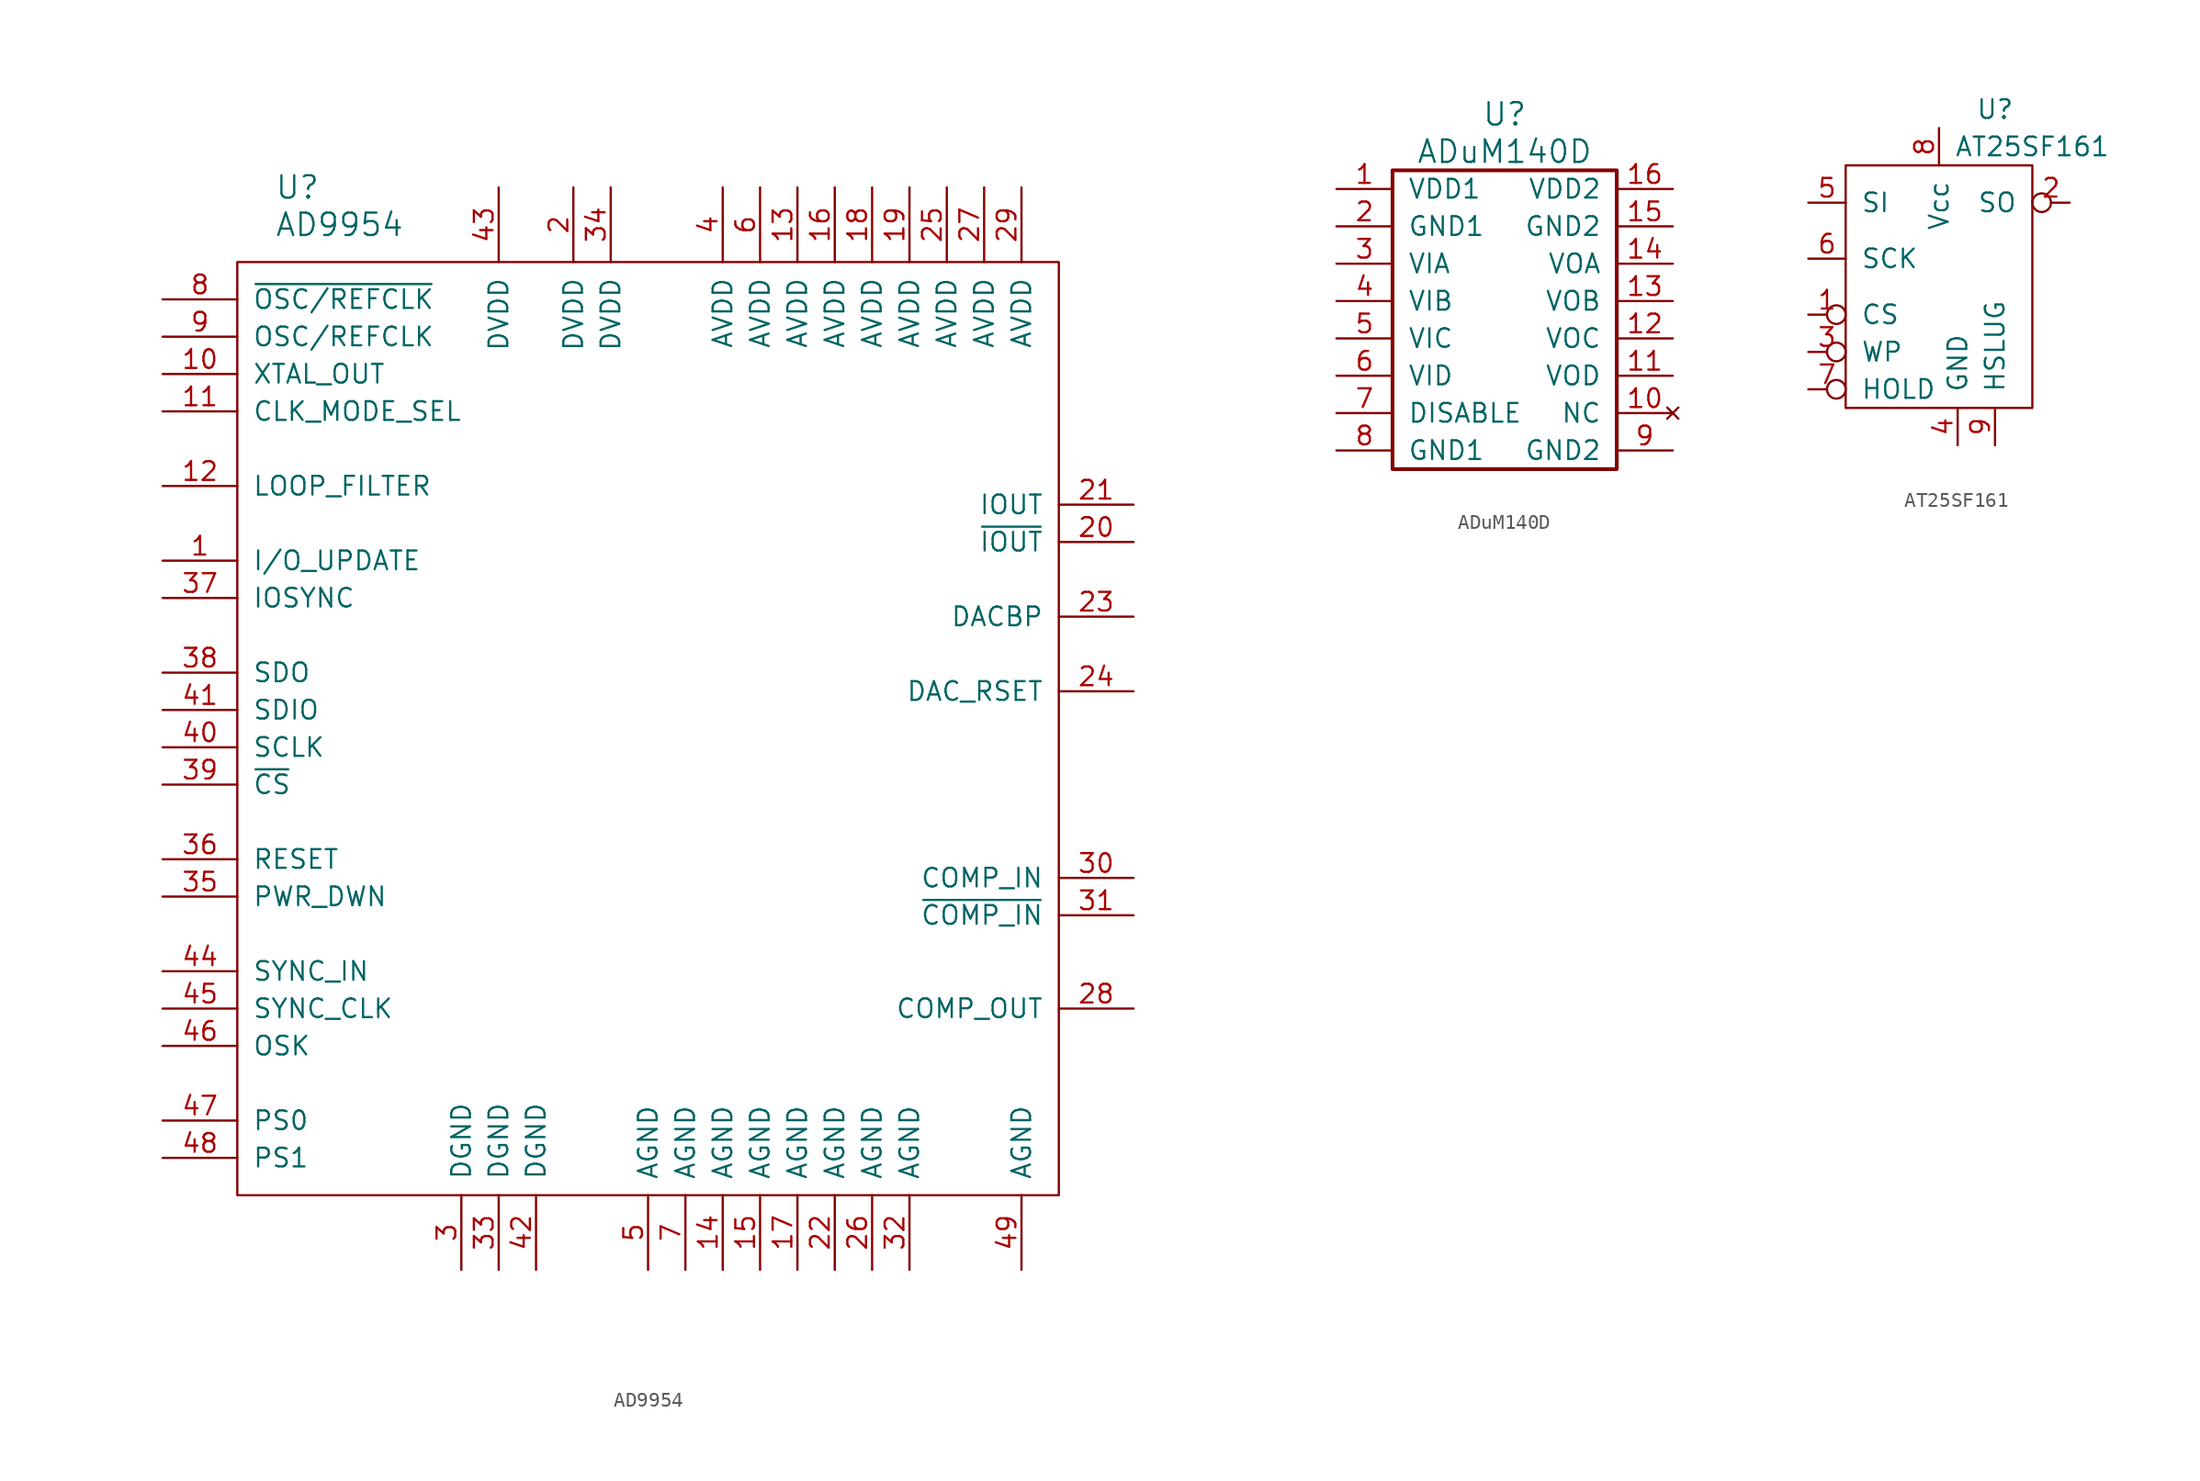
<source format=kicad_sym>
(kicad_symbol_lib
  (version 20211014)
  (generator kicad_symbol_editor)
  (symbol "AD9954"
    (pin_names
      (offset 1.016))
    (property "Reference" "U"
      (at -25.4 38.1 0)
      (effects (font (size 1.524 1.524)) (justify left)))
    (property "Value" "AD9954"
      (at -25.4 35.56 0)
      (effects (font (size 1.524 1.524)) (justify left)))
    (property "Footprint" ""
      (at 0 12.7 0)
      (effects (font (size 1.524 1.524))))
    (property "Datasheet" ""
      (at 0 12.7 0)
      (effects (font (size 1.524 1.524))))
    (symbol "AD9954_0_1"
      (rectangle (start -27.94 33.02) (end 27.94 -30.48) (stroke (width 0) (type default) (color 0 0 0 0)) (fill (type none))))
    (symbol "AD9954_1_1"
      (pin input line (at -33.02 12.7 0) (length 5.08) (name "I/O_UPDATE" (effects (font (size 1.27 1.27)))) (number "1" (effects (font (size 1.27 1.27)))))
      (pin output line (at -33.02 25.4 0) (length 5.08) (name "XTAL_OUT" (effects (font (size 1.27 1.27)))) (number "10" (effects (font (size 1.27 1.27)))))
      (pin input line (at -33.02 22.86 0) (length 5.08) (name "CLK_MODE_SEL" (effects (font (size 1.27 1.27)))) (number "11" (effects (font (size 1.27 1.27)))))
      (pin passive line (at -33.02 17.78 0) (length 5.08) (name "LOOP_FILTER" (effects (font (size 1.27 1.27)))) (number "12" (effects (font (size 1.27 1.27)))))
      (pin power_in line (at 10.16 38.1 270) (length 5.08) (name "AVDD" (effects (font (size 1.27 1.27)))) (number "13" (effects (font (size 1.27 1.27)))))
      (pin power_in line (at 5.08 -35.56 90) (length 5.08) (name "AGND" (effects (font (size 1.27 1.27)))) (number "14" (effects (font (size 1.27 1.27)))))
      (pin power_in line (at 7.62 -35.56 90) (length 5.08) (name "AGND" (effects (font (size 1.27 1.27)))) (number "15" (effects (font (size 1.27 1.27)))))
      (pin power_in line (at 12.7 38.1 270) (length 5.08) (name "AVDD" (effects (font (size 1.27 1.27)))) (number "16" (effects (font (size 1.27 1.27)))))
      (pin power_in line (at 10.16 -35.56 90) (length 5.08) (name "AGND" (effects (font (size 1.27 1.27)))) (number "17" (effects (font (size 1.27 1.27)))))
      (pin power_in line (at 15.24 38.1 270) (length 5.08) (name "AVDD" (effects (font (size 1.27 1.27)))) (number "18" (effects (font (size 1.27 1.27)))))
      (pin power_in line (at 17.78 38.1 270) (length 5.08) (name "AVDD" (effects (font (size 1.27 1.27)))) (number "19" (effects (font (size 1.27 1.27)))))
      (pin power_in line (at -5.08 38.1 270) (length 5.08) (name "DVDD" (effects (font (size 1.27 1.27)))) (number "2" (effects (font (size 1.27 1.27)))))
      (pin output line (at 33.02 13.97 180) (length 5.08) (name "~{IOUT}" (effects (font (size 1.27 1.27)))) (number "20" (effects (font (size 1.27 1.27)))))
      (pin output line (at 33.02 16.51 180) (length 5.08) (name "IOUT" (effects (font (size 1.27 1.27)))) (number "21" (effects (font (size 1.27 1.27)))))
      (pin power_in line (at 12.7 -35.56 90) (length 5.08) (name "AGND" (effects (font (size 1.27 1.27)))) (number "22" (effects (font (size 1.27 1.27)))))
      (pin output line (at 33.02 8.89 180) (length 5.08) (name "DACBP" (effects (font (size 1.27 1.27)))) (number "23" (effects (font (size 1.27 1.27)))))
      (pin output line (at 33.02 3.81 180) (length 5.08) (name "DAC_RSET" (effects (font (size 1.27 1.27)))) (number "24" (effects (font (size 1.27 1.27)))))
      (pin power_in line (at 20.32 38.1 270) (length 5.08) (name "AVDD" (effects (font (size 1.27 1.27)))) (number "25" (effects (font (size 1.27 1.27)))))
      (pin power_in line (at 15.24 -35.56 90) (length 5.08) (name "AGND" (effects (font (size 1.27 1.27)))) (number "26" (effects (font (size 1.27 1.27)))))
      (pin power_in line (at 22.86 38.1 270) (length 5.08) (name "AVDD" (effects (font (size 1.27 1.27)))) (number "27" (effects (font (size 1.27 1.27)))))
      (pin output line (at 33.02 -17.78 180) (length 5.08) (name "COMP_OUT" (effects (font (size 1.27 1.27)))) (number "28" (effects (font (size 1.27 1.27)))))
      (pin power_in line (at 25.4 38.1 270) (length 5.08) (name "AVDD" (effects (font (size 1.27 1.27)))) (number "29" (effects (font (size 1.27 1.27)))))
      (pin power_in line (at -12.7 -35.56 90) (length 5.08) (name "DGND" (effects (font (size 1.27 1.27)))) (number "3" (effects (font (size 1.27 1.27)))))
      (pin input line (at 33.02 -8.89 180) (length 5.08) (name "COMP_IN" (effects (font (size 1.27 1.27)))) (number "30" (effects (font (size 1.27 1.27)))))
      (pin input line (at 33.02 -11.43 180) (length 5.08) (name "~{COMP_IN}" (effects (font (size 1.27 1.27)))) (number "31" (effects (font (size 1.27 1.27)))))
      (pin power_in line (at 17.78 -35.56 90) (length 5.08) (name "AGND" (effects (font (size 1.27 1.27)))) (number "32" (effects (font (size 1.27 1.27)))))
      (pin power_in line (at -10.16 -35.56 90) (length 5.08) (name "DGND" (effects (font (size 1.27 1.27)))) (number "33" (effects (font (size 1.27 1.27)))))
      (pin power_in line (at -2.54 38.1 270) (length 5.08) (name "DVDD" (effects (font (size 1.27 1.27)))) (number "34" (effects (font (size 1.27 1.27)))))
      (pin input line (at -33.02 -10.16 0) (length 5.08) (name "PWR_DWN" (effects (font (size 1.27 1.27)))) (number "35" (effects (font (size 1.27 1.27)))))
      (pin input line (at -33.02 -7.62 0) (length 5.08) (name "RESET" (effects (font (size 1.27 1.27)))) (number "36" (effects (font (size 1.27 1.27)))))
      (pin input line (at -33.02 10.16 0) (length 5.08) (name "IOSYNC" (effects (font (size 1.27 1.27)))) (number "37" (effects (font (size 1.27 1.27)))))
      (pin output line (at -33.02 5.08 0) (length 5.08) (name "SDO" (effects (font (size 1.27 1.27)))) (number "38" (effects (font (size 1.27 1.27)))))
      (pin input line (at -33.02 -2.54 0) (length 5.08) (name "~{CS}" (effects (font (size 1.27 1.27)))) (number "39" (effects (font (size 1.27 1.27)))))
      (pin power_in line (at 5.08 38.1 270) (length 5.08) (name "AVDD" (effects (font (size 1.27 1.27)))) (number "4" (effects (font (size 1.27 1.27)))))
      (pin input line (at -33.02 0 0) (length 5.08) (name "SCLK" (effects (font (size 1.27 1.27)))) (number "40" (effects (font (size 1.27 1.27)))))
      (pin bidirectional line (at -33.02 2.54 0) (length 5.08) (name "SDIO" (effects (font (size 1.27 1.27)))) (number "41" (effects (font (size 1.27 1.27)))))
      (pin power_in line (at -7.62 -35.56 90) (length 5.08) (name "DGND" (effects (font (size 1.27 1.27)))) (number "42" (effects (font (size 1.27 1.27)))))
      (pin power_in line (at -10.16 38.1 270) (length 5.08) (name "DVDD" (effects (font (size 1.27 1.27)))) (number "43" (effects (font (size 1.27 1.27)))))
      (pin input line (at -33.02 -15.24 0) (length 5.08) (name "SYNC_IN" (effects (font (size 1.27 1.27)))) (number "44" (effects (font (size 1.27 1.27)))))
      (pin output line (at -33.02 -17.78 0) (length 5.08) (name "SYNC_CLK" (effects (font (size 1.27 1.27)))) (number "45" (effects (font (size 1.27 1.27)))))
      (pin input line (at -33.02 -20.32 0) (length 5.08) (name "OSK" (effects (font (size 1.27 1.27)))) (number "46" (effects (font (size 1.27 1.27)))))
      (pin input line (at -33.02 -25.4 0) (length 5.08) (name "PS0" (effects (font (size 1.27 1.27)))) (number "47" (effects (font (size 1.27 1.27)))))
      (pin input line (at -33.02 -27.94 0) (length 5.08) (name "PS1" (effects (font (size 1.27 1.27)))) (number "48" (effects (font (size 1.27 1.27)))))
      (pin power_in line (at 25.4 -35.56 90) (length 5.08) (name "AGND" (effects (font (size 1.27 1.27)))) (number "49" (effects (font (size 1.27 1.27)))))
      (pin power_in line (at 0 -35.56 90) (length 5.08) (name "AGND" (effects (font (size 1.27 1.27)))) (number "5" (effects (font (size 1.27 1.27)))))
      (pin power_in line (at 7.62 38.1 270) (length 5.08) (name "AVDD" (effects (font (size 1.27 1.27)))) (number "6" (effects (font (size 1.27 1.27)))))
      (pin power_in line (at 2.54 -35.56 90) (length 5.08) (name "AGND" (effects (font (size 1.27 1.27)))) (number "7" (effects (font (size 1.27 1.27)))))
      (pin input line (at -33.02 30.48 0) (length 5.08) (name "~{OSC/REFCLK}" (effects (font (size 1.27 1.27)))) (number "8" (effects (font (size 1.27 1.27)))))
      (pin input line (at -33.02 27.94 0) (length 5.08) (name "OSC/REFCLK" (effects (font (size 1.27 1.27)))) (number "9" (effects (font (size 1.27 1.27)))))))
  (symbol "ADuM140D"
    (pin_names
      (offset 1.016))
    (property "Reference" "U"
      (at 0 13.97 0)
      (effects (font (size 1.524 1.524))))
    (property "Value" "ADuM140D"
      (at 0 11.43 0)
      (effects (font (size 1.524 1.524))))
    (symbol "ADuM140D_0_1"
      (rectangle (start -7.62 10.16) (end 7.62 -10.16) (stroke (width 0.254) (type default) (color 0 0 0 0)) (fill (type none))))
    (symbol "ADuM140D_1_1"
      (pin power_in line (at -11.43 8.89 0) (length 3.81) (name "VDD1" (effects (font (size 1.27 1.27)))) (number "1" (effects (font (size 1.27 1.27)))))
      (pin no_connect line (at 11.43 -6.35 180) (length 3.81) (name "NC" (effects (font (size 1.27 1.27)))) (number "10" (effects (font (size 1.27 1.27)))))
      (pin output line (at 11.43 -3.81 180) (length 3.81) (name "VOD" (effects (font (size 1.27 1.27)))) (number "11" (effects (font (size 1.27 1.27)))))
      (pin output line (at 11.43 -1.27 180) (length 3.81) (name "VOC" (effects (font (size 1.27 1.27)))) (number "12" (effects (font (size 1.27 1.27)))))
      (pin output line (at 11.43 1.27 180) (length 3.81) (name "VOB" (effects (font (size 1.27 1.27)))) (number "13" (effects (font (size 1.27 1.27)))))
      (pin output line (at 11.43 3.81 180) (length 3.81) (name "VOA" (effects (font (size 1.27 1.27)))) (number "14" (effects (font (size 1.27 1.27)))))
      (pin power_in line (at 11.43 6.35 180) (length 3.81) (name "GND2" (effects (font (size 1.27 1.27)))) (number "15" (effects (font (size 1.27 1.27)))))
      (pin power_in line (at 11.43 8.89 180) (length 3.81) (name "VDD2" (effects (font (size 1.27 1.27)))) (number "16" (effects (font (size 1.27 1.27)))))
      (pin power_in line (at -11.43 6.35 0) (length 3.81) (name "GND1" (effects (font (size 1.27 1.27)))) (number "2" (effects (font (size 1.27 1.27)))))
      (pin input line (at -11.43 3.81 0) (length 3.81) (name "VIA" (effects (font (size 1.27 1.27)))) (number "3" (effects (font (size 1.27 1.27)))))
      (pin input line (at -11.43 1.27 0) (length 3.81) (name "VIB" (effects (font (size 1.27 1.27)))) (number "4" (effects (font (size 1.27 1.27)))))
      (pin input line (at -11.43 -1.27 0) (length 3.81) (name "VIC" (effects (font (size 1.27 1.27)))) (number "5" (effects (font (size 1.27 1.27)))))
      (pin input line (at -11.43 -3.81 0) (length 3.81) (name "VID" (effects (font (size 1.27 1.27)))) (number "6" (effects (font (size 1.27 1.27)))))
      (pin input line (at -11.43 -6.35 0) (length 3.81) (name "DISABLE" (effects (font (size 1.27 1.27)))) (number "7" (effects (font (size 1.27 1.27)))))
      (pin power_in line (at -11.43 -8.89 0) (length 3.81) (name "GND1" (effects (font (size 1.27 1.27)))) (number "8" (effects (font (size 1.27 1.27)))))
      (pin power_in line (at 11.43 -8.89 180) (length 3.81) (name "GND2" (effects (font (size 1.27 1.27)))) (number "9" (effects (font (size 1.27 1.27)))))))
  (symbol "AT25SF161"
    (pin_names
      (offset 1.016))
    (property "Reference" "U"
      (at 1.27 12.7 0)
      (effects (font (size 1.27 1.27))))
    (property "Value" "AT25SF161"
      (at 3.81 10.16 0)
      (effects (font (size 1.27 1.27))))
    (symbol "AT25SF161_0_1"
      (rectangle (start 3.81 8.89) (end -8.89 -7.62) (stroke (width 0) (type default) (color 0 0 0 0)) (fill (type none))))
    (symbol "AT25SF161_1_1"
      (pin input inverted (at -11.43 -1.27 0) (length 2.54) (name "CS" (effects (font (size 1.27 1.27)))) (number "1" (effects (font (size 1.27 1.27)))))
      (pin bidirectional inverted (at 6.35 6.35 180) (length 2.54) (name "SO" (effects (font (size 1.27 1.27)))) (number "2" (effects (font (size 1.27 1.27)))))
      (pin bidirectional inverted (at -11.43 -3.81 0) (length 2.54) (name "WP" (effects (font (size 1.27 1.27)))) (number "3" (effects (font (size 1.27 1.27)))))
      (pin power_in line (at -1.27 -10.16 90) (length 2.54) (name "GND" (effects (font (size 1.27 1.27)))) (number "4" (effects (font (size 1.27 1.27)))))
      (pin input line (at -11.43 6.35 0) (length 2.54) (name "SI" (effects (font (size 1.27 1.27)))) (number "5" (effects (font (size 1.27 1.27)))))
      (pin input line (at -11.43 2.54 0) (length 2.54) (name "SCK" (effects (font (size 1.27 1.27)))) (number "6" (effects (font (size 1.27 1.27)))))
      (pin bidirectional inverted (at -11.43 -6.35 0) (length 2.54) (name "HOLD" (effects (font (size 1.27 1.27)))) (number "7" (effects (font (size 1.27 1.27)))))
      (pin power_in line (at -2.54 11.43 270) (length 2.54) (name "Vcc" (effects (font (size 1.27 1.27)))) (number "8" (effects (font (size 1.27 1.27)))))
      (pin power_in line (at 1.27 -10.16 90) (length 2.54) (name "HSLUG" (effects (font (size 1.27 1.27)))) (number "9" (effects (font (size 1.27 1.27))))))))
</source>
